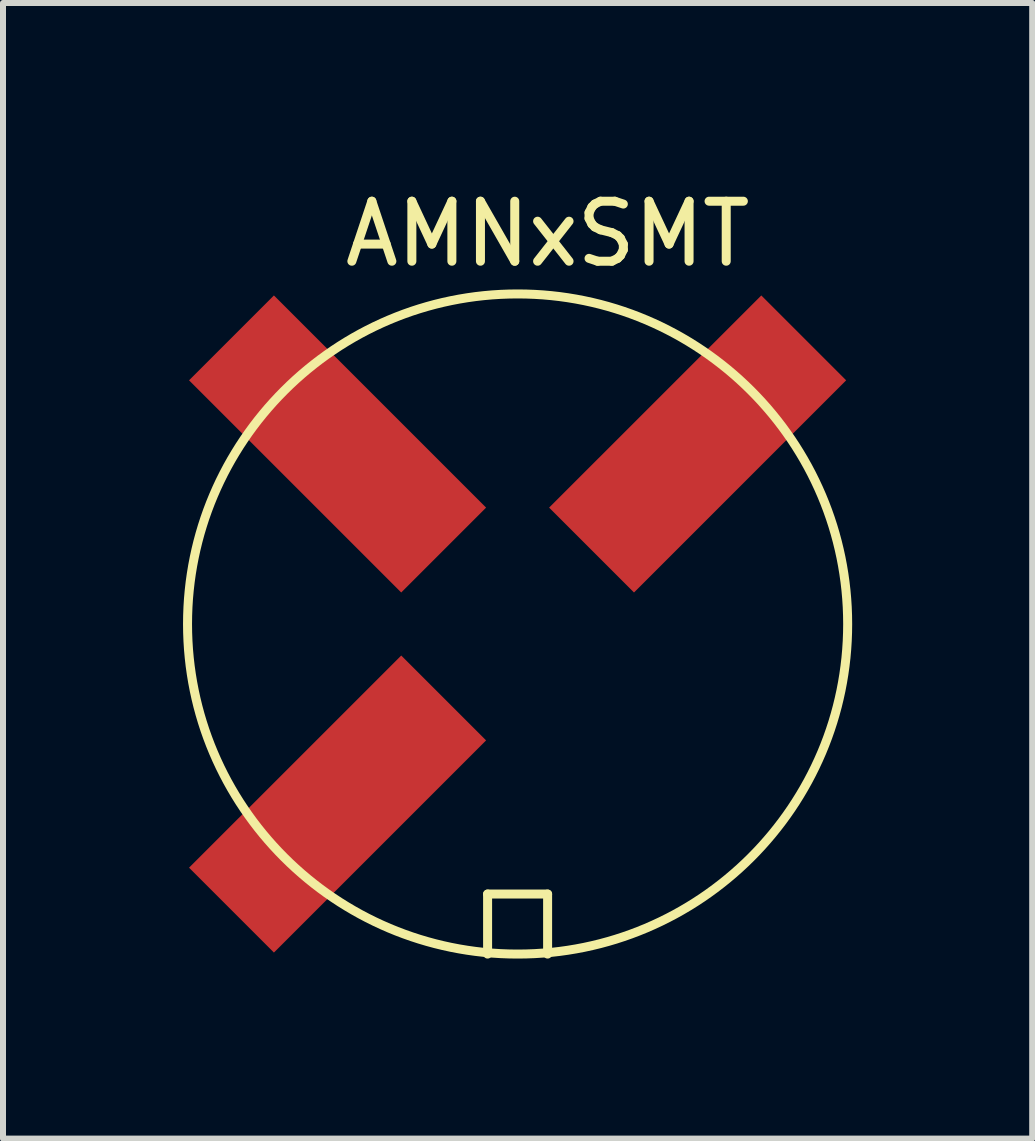
<source format=kicad_pcb>
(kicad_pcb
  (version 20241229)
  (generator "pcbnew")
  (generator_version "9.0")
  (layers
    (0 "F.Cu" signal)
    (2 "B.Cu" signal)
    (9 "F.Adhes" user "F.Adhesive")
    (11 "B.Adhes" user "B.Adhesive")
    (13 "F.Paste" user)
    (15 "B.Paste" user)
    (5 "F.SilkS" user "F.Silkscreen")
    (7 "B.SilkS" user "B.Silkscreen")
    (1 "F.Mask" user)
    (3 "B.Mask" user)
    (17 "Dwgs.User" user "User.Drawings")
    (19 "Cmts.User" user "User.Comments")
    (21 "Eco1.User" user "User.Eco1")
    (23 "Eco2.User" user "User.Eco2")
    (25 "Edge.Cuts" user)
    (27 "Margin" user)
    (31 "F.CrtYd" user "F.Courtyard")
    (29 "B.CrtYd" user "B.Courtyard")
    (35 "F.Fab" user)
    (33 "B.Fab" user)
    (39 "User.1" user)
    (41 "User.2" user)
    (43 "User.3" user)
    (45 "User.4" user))
  (footprint "AMNxSMT"
    (layer "F.Cu")
    (at 5.575 7.348)
    (property "Reference" "AMNxSMT" (at 0.5 -6.5 0) (layer "F.SilkS") (effects (font (size 1 1) (thickness 0.15))))
    (attr through_hole)
    (fp_line (start -0.5 4.5) (end 0.5 4.5) (stroke (width 0.15) (type solid)) (layer "F.SilkS"))
    (fp_line (start -0.5 5.5) (end -0.5 4.5) (stroke (width 0.15) (type solid)) (layer "F.SilkS"))
    (fp_line (start 0.5 4.5) (end 0.5 5.5) (stroke (width 0.15) (type solid)) (layer "F.SilkS"))
    (fp_circle (center 0 0) (end 5.5 0) (stroke (width 0.15) (type solid)) (fill no) (layer "F.SilkS"))
    (pad "1" smd rect (at 3 -3 45) (size 5 2) (layers "F.Cu" "F.Mask" "F.Paste"))
    (pad "2" smd rect (at -3 -3 135) (size 5 2) (layers "F.Cu" "F.Mask" "F.Paste"))
    (pad "3" smd rect (at -3 3 45) (size 5 2) (layers "F.Cu" "F.Mask" "F.Paste")))
  (gr_rect
    (start -3 -3)
    (end 14.15 15.923)
    (stroke (width 0.1) (type default))
    (fill no)
    (layer "Edge.Cuts")))
</source>
